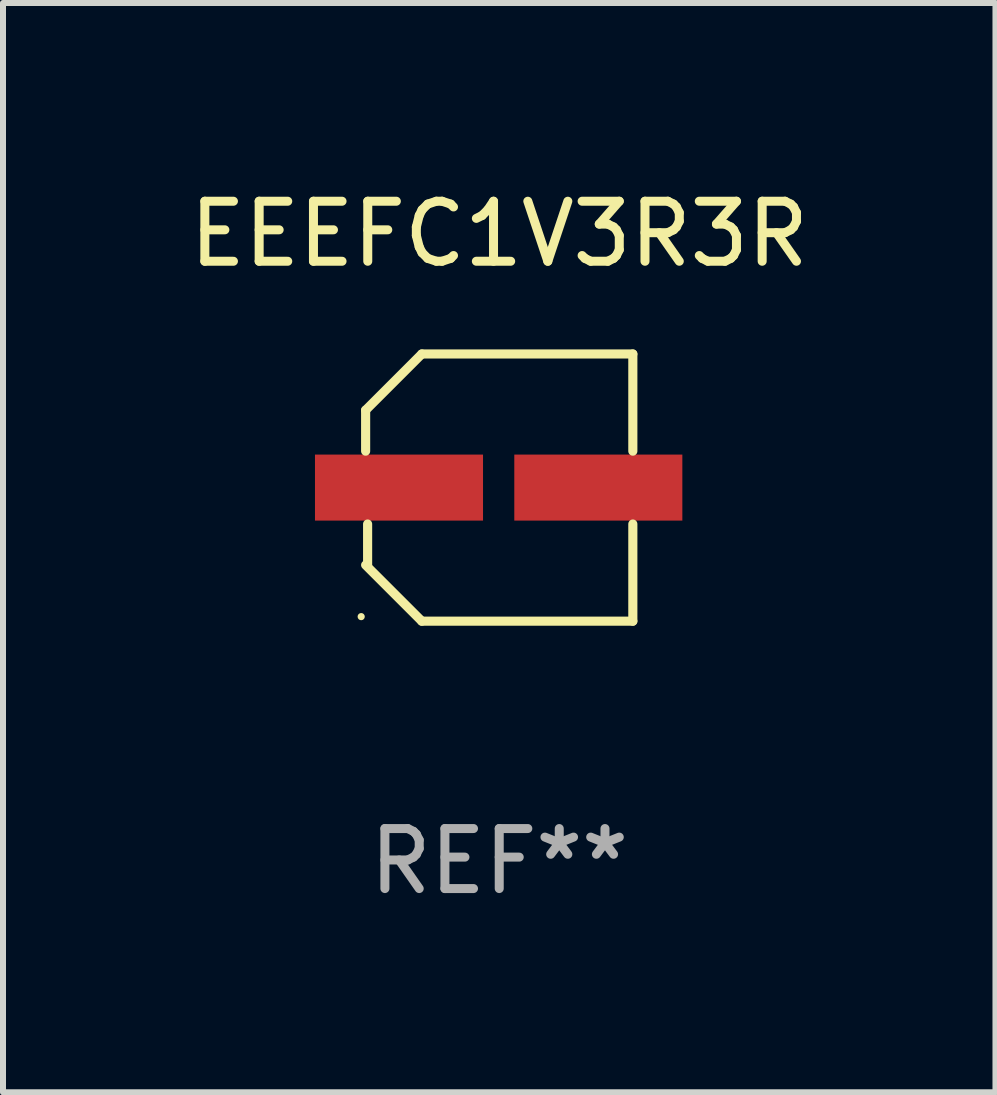
<source format=kicad_pcb>
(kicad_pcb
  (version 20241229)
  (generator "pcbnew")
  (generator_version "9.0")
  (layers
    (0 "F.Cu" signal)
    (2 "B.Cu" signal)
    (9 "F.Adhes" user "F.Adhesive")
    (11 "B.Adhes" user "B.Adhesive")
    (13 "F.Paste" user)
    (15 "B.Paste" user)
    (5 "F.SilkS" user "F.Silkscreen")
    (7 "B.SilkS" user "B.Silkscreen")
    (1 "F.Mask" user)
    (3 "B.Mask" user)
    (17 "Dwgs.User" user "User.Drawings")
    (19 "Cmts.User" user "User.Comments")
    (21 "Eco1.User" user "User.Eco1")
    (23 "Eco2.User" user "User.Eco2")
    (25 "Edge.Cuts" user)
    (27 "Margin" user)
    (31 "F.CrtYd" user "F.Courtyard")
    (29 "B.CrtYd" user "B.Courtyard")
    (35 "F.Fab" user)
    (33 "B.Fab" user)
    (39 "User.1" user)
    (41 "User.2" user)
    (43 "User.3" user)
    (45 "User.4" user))
  (footprint "EEEFC1V3R3R"
    (layer "F.Cu")
    (at 5.268 5.074)
    (property "Reference" "EEEFC1V3R3R" (at 0 -4.226 0) (layer "F.SilkS") (effects (font (size 1 1) (thickness 0.15))))
    (attr through_hole)
    (fp_line (start -2.226 -1.29) (end -2.226 -0.607) (stroke (width 0.152) (type solid)) (layer "F.SilkS"))
    (fp_line (start -2.193 1.29) (end -2.193 0.607) (stroke (width 0.152) (type solid)) (layer "F.SilkS"))
    (fp_line (start -1.29 2.226) (end -2.226 1.29) (stroke (width 0.152) (type solid)) (layer "F.SilkS"))
    (fp_line (start -1.29 -2.226) (end -2.226 -1.29) (stroke (width 0.152) (type solid)) (layer "F.SilkS"))
    (fp_line (start 2.226 -2.226) (end -1.29 -2.226) (stroke (width 0.152) (type solid)) (layer "F.SilkS"))
    (fp_line (start 2.226 -0.607) (end 2.226 -2.226) (stroke (width 0.152) (type solid)) (layer "F.SilkS"))
    (fp_line (start 2.226 0.607) (end 2.226 2.226) (stroke (width 0.152) (type solid)) (layer "F.SilkS"))
    (fp_line (start 2.226 2.226) (end -1.29 2.226) (stroke (width 0.152) (type solid)) (layer "F.SilkS"))
    (fp_circle (center -2.3 2.15) (end -2.27 2.15) (stroke (width 0.06) (type solid)) (fill no) (layer "F.SilkS"))
    (fp_text user "REF**" (at 0 6.226 0) (layer "F.Fab") (effects (font (size 1 1) (thickness 0.15))))
    (pad "1" smd rect (at -1.67 -0.000025) (size 2.8 1.1) (layers "F.Cu" "F.Mask" "F.Paste"))
    (pad "2" smd rect (at 1.651 -0.000025) (size 2.8 1.1) (layers "F.Cu" "F.Mask" "F.Paste")))
  (gr_rect
    (start -3 -3)
    (end 13.536 15.149)
    (stroke (width 0.1) (type default))
    (fill no)
    (layer "Edge.Cuts")))
</source>
